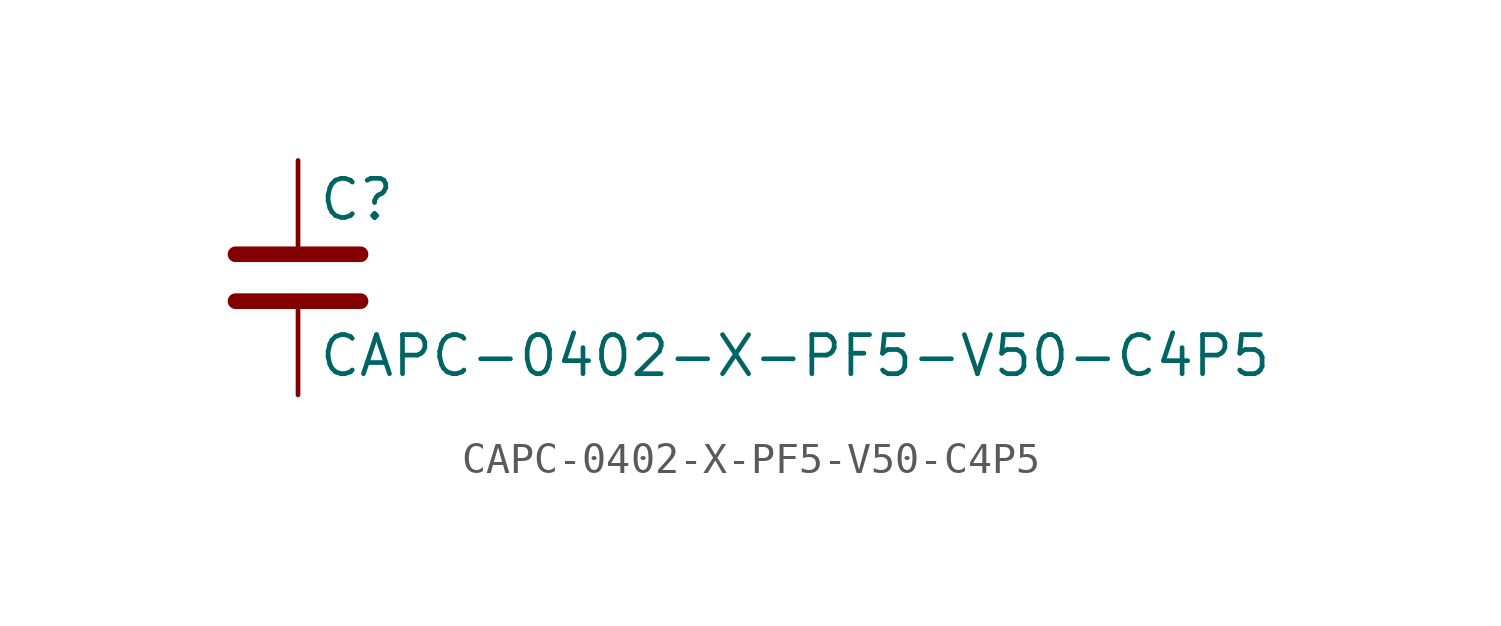
<source format=kicad_sym>
(kicad_symbol_lib
  (version 20211014)
  (generator kicad_symbol_editor)
  (symbol "CAPC-0402-X-PF5-V50-C4P5"
    (pin_numbers hide)
    (pin_names
      (offset 0.254))
    (property "Reference" "C"
      (at 0.635 2.54 0)
      (effects (font (size 1.27 1.27)) (justify left)))
    (property "Value" "CAPC-0402-X-PF5-V50-C4P5"
      (at 0.635 -2.54 0)
      (effects (font (size 1.27 1.27)) (justify left)))
    (symbol "CAPC-0402-X-PF5-V50-C4P5_0_1"
      (polyline (pts (xy -2.032 -0.762) (xy 2.032 -0.762)) (stroke (width 0.508) (type default) (color 0 0 0 0)) (fill (type none)))
      (polyline (pts (xy -2.032 0.762) (xy 2.032 0.762)) (stroke (width 0.508) (type default) (color 0 0 0 0)) (fill (type none))))
    (symbol "CAPC-0402-X-PF5-V50-C4P5_1_1"
      (pin passive line (at 0 3.81 270) (length 2.794) (name "~" (effects (font (size 1.27 1.27)))) (number "1" (effects (font (size 1.27 1.27)))))
      (pin passive line (at 0 -3.81 90) (length 2.794) (name "~" (effects (font (size 1.27 1.27)))) (number "2" (effects (font (size 1.27 1.27))))))))
</source>
